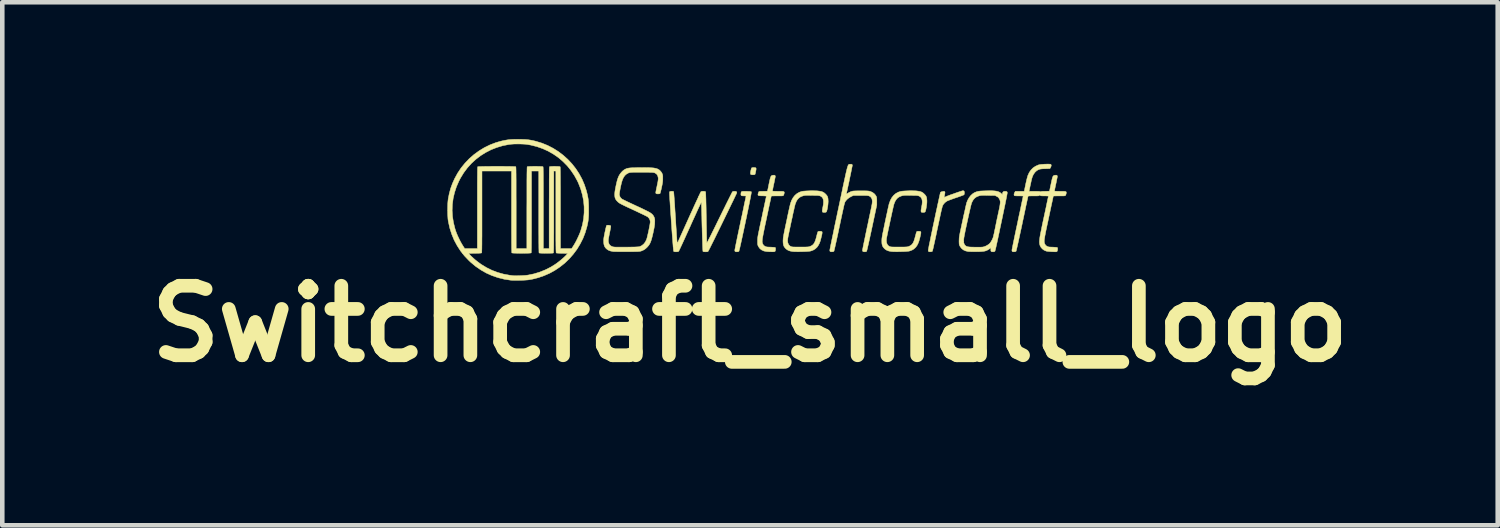
<source format=kicad_pcb>
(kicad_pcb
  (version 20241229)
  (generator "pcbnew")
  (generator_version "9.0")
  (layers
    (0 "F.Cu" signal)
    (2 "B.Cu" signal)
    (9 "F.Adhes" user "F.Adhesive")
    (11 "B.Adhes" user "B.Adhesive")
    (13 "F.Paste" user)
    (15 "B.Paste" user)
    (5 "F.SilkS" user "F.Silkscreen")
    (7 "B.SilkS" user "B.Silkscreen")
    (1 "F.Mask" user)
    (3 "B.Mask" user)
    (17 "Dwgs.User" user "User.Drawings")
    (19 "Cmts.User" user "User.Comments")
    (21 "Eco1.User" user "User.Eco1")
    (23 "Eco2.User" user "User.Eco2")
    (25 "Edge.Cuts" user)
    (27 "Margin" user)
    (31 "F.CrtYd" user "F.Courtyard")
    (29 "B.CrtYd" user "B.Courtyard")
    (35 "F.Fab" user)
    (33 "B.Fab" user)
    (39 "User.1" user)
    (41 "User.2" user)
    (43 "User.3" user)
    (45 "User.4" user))
  (footprint "Switchcraft_small_logo"
    (layer "F.Cu")
    (at 13.647 1.551)
    (property "Reference" "Switchcraft_small_logo" (at -0.25 2.5 0) (layer "F.SilkS") (effects (font (size 1.524 1.524) (thickness 0.3))))
    (attr through_hole)
    (fp_poly (pts (xy -0.144 -0.926) (xy -0.128 -0.923) (xy -0.119 -0.915) (xy -0.116 -0.9) (xy -0.118 -0.877) (xy -0.124 -0.846) (xy -0.129 -0.819) (xy -0.135 -0.796) (xy -0.139 -0.781) (xy -0.141 -0.776) (xy -0.151 -0.772) (xy -0.169 -0.769) (xy -0.191 -0.768) (xy -0.212 -0.77) (xy -0.228 -0.773) (xy -0.234 -0.776) (xy -0.239 -0.788) (xy -0.241 -0.801) (xy -0.24 -0.818) (xy -0.236 -0.842) (xy -0.231 -0.868) (xy -0.225 -0.891) (xy -0.219 -0.91) (xy -0.215 -0.919) (xy -0.204 -0.924) (xy -0.182 -0.927) (xy -0.168 -0.927) (xy -0.144 -0.926)) (stroke (width 0.01) (type solid)) (fill yes) (layer "F.SilkS"))
    (fp_poly (pts (xy -0.347 -0.405) (xy -0.328 -0.405) (xy -0.29 -0.404) (xy -0.261 -0.403) (xy -0.242 -0.401) (xy -0.23 -0.399) (xy -0.223 -0.396) (xy -0.22 -0.393) (xy -0.22 -0.385) (xy -0.223 -0.366) (xy -0.228 -0.336) (xy -0.235 -0.297) (xy -0.244 -0.25) (xy -0.255 -0.196) (xy -0.267 -0.134) (xy -0.281 -0.068) (xy -0.295 0.003) (xy -0.311 0.077) (xy -0.326 0.153) (xy -0.343 0.231) (xy -0.359 0.309) (xy -0.376 0.387) (xy -0.392 0.463) (xy -0.408 0.536) (xy -0.423 0.606) (xy -0.437 0.67) (xy -0.45 0.73) (xy -0.462 0.782) (xy -0.472 0.827) (xy -0.481 0.863) (xy -0.488 0.89) (xy -0.492 0.906) (xy -0.494 0.91) (xy -0.506 0.916) (xy -0.526 0.92) (xy -0.548 0.921) (xy -0.567 0.918) (xy -0.577 0.913) (xy -0.582 0.902) (xy -0.584 0.886) (xy -0.583 0.877) (xy -0.579 0.856) (xy -0.573 0.825) (xy -0.565 0.784) (xy -0.555 0.734) (xy -0.543 0.677) (xy -0.53 0.612) (xy -0.515 0.541) (xy -0.499 0.465) (xy -0.482 0.385) (xy -0.464 0.301) (xy -0.46 0.283) (xy -0.443 0.199) (xy -0.425 0.119) (xy -0.409 0.043) (xy -0.394 -0.028) (xy -0.381 -0.093) (xy -0.369 -0.15) (xy -0.358 -0.2) (xy -0.349 -0.24) (xy -0.343 -0.272) (xy -0.339 -0.292) (xy -0.337 -0.302) (xy -0.337 -0.302) (xy -0.342 -0.303) (xy -0.358 -0.304) (xy -0.38 -0.305) (xy -0.387 -0.305) (xy -0.416 -0.306) (xy -0.436 -0.309) (xy -0.446 -0.318) (xy -0.45 -0.332) (xy -0.45 -0.354) (xy -0.449 -0.355) (xy -0.447 -0.374) (xy -0.444 -0.387) (xy -0.438 -0.396) (xy -0.427 -0.402) (xy -0.409 -0.405) (xy -0.383 -0.406) (xy -0.347 -0.405)) (stroke (width 0.01) (type solid)) (fill yes) (layer "F.SilkS"))
    (fp_poly (pts (xy 4.436 -0.416) (xy 4.446 -0.406) (xy 4.451 -0.386) (xy 4.451 -0.371) (xy 4.449 -0.347) (xy 4.443 -0.332) (xy 4.44 -0.329) (xy 4.431 -0.324) (xy 4.412 -0.317) (xy 4.384 -0.306) (xy 4.35 -0.294) (xy 4.309 -0.279) (xy 4.265 -0.265) (xy 4.264 -0.264) (xy 4.219 -0.249) (xy 4.176 -0.233) (xy 4.137 -0.219) (xy 4.105 -0.207) (xy 4.081 -0.197) (xy 4.067 -0.19) (xy 4.024 -0.159) (xy 3.99 -0.12) (xy 3.973 -0.089) (xy 3.968 -0.075) (xy 3.961 -0.048) (xy 3.951 -0.009) (xy 3.939 0.042) (xy 3.925 0.106) (xy 3.909 0.181) (xy 3.89 0.268) (xy 3.869 0.367) (xy 3.857 0.422) (xy 3.839 0.509) (xy 3.822 0.59) (xy 3.806 0.663) (xy 3.792 0.727) (xy 3.779 0.784) (xy 3.769 0.83) (xy 3.76 0.867) (xy 3.753 0.893) (xy 3.749 0.907) (xy 3.748 0.91) (xy 3.735 0.916) (xy 3.716 0.92) (xy 3.694 0.921) (xy 3.675 0.918) (xy 3.665 0.913) (xy 3.66 0.902) (xy 3.658 0.886) (xy 3.659 0.877) (xy 3.663 0.856) (xy 3.669 0.825) (xy 3.676 0.785) (xy 3.686 0.736) (xy 3.698 0.681) (xy 3.71 0.619) (xy 3.724 0.552) (xy 3.739 0.481) (xy 3.754 0.407) (xy 3.77 0.331) (xy 3.787 0.254) (xy 3.803 0.177) (xy 3.819 0.101) (xy 3.835 0.027) (xy 3.851 -0.045) (xy 3.865 -0.112) (xy 3.879 -0.174) (xy 3.891 -0.23) (xy 3.902 -0.279) (xy 3.911 -0.32) (xy 3.918 -0.352) (xy 3.924 -0.374) (xy 3.927 -0.385) (xy 3.927 -0.386) (xy 3.937 -0.391) (xy 3.955 -0.398) (xy 3.971 -0.401) (xy 3.992 -0.405) (xy 4.005 -0.406) (xy 4.013 -0.402) (xy 4.018 -0.398) (xy 4.023 -0.392) (xy 4.025 -0.385) (xy 4.025 -0.373) (xy 4.022 -0.355) (xy 4.018 -0.332) (xy 4.013 -0.307) (xy 4.01 -0.288) (xy 4.009 -0.276) (xy 4.01 -0.275) (xy 4.016 -0.276) (xy 4.03 -0.282) (xy 4.04 -0.286) (xy 4.055 -0.293) (xy 4.079 -0.303) (xy 4.111 -0.315) (xy 4.148 -0.329) (xy 4.189 -0.343) (xy 4.231 -0.358) (xy 4.273 -0.373) (xy 4.314 -0.387) (xy 4.35 -0.399) (xy 4.381 -0.409) (xy 4.404 -0.416) (xy 4.418 -0.419) (xy 4.42 -0.419) (xy 4.436 -0.416)) (stroke (width 0.01) (type solid)) (fill yes) (layer "F.SilkS"))
    (fp_poly (pts (xy 0.298 -0.753) (xy 0.305 -0.738) (xy 0.305 -0.734) (xy 0.304 -0.724) (xy 0.3 -0.703) (xy 0.294 -0.674) (xy 0.287 -0.638) (xy 0.279 -0.598) (xy 0.273 -0.571) (xy 0.264 -0.529) (xy 0.256 -0.491) (xy 0.25 -0.458) (xy 0.245 -0.434) (xy 0.242 -0.418) (xy 0.241 -0.414) (xy 0.244 -0.411) (xy 0.254 -0.409) (xy 0.272 -0.408) (xy 0.299 -0.407) (xy 0.336 -0.406) (xy 0.364 -0.406) (xy 0.41 -0.406) (xy 0.445 -0.406) (xy 0.47 -0.404) (xy 0.486 -0.401) (xy 0.496 -0.395) (xy 0.501 -0.387) (xy 0.501 -0.377) (xy 0.499 -0.362) (xy 0.499 -0.36) (xy 0.494 -0.34) (xy 0.487 -0.322) (xy 0.485 -0.319) (xy 0.482 -0.314) (xy 0.477 -0.311) (xy 0.47 -0.308) (xy 0.458 -0.306) (xy 0.44 -0.305) (xy 0.414 -0.305) (xy 0.378 -0.305) (xy 0.346 -0.305) (xy 0.307 -0.305) (xy 0.272 -0.304) (xy 0.245 -0.304) (xy 0.225 -0.303) (xy 0.216 -0.302) (xy 0.216 -0.302) (xy 0.215 -0.296) (xy 0.211 -0.278) (xy 0.205 -0.249) (xy 0.197 -0.211) (xy 0.187 -0.165) (xy 0.175 -0.111) (xy 0.162 -0.05) (xy 0.148 0.016) (xy 0.133 0.087) (xy 0.117 0.161) (xy 0.117 0.163) (xy 0.097 0.257) (xy 0.079 0.339) (xy 0.064 0.411) (xy 0.052 0.472) (xy 0.041 0.525) (xy 0.033 0.57) (xy 0.026 0.607) (xy 0.021 0.638) (xy 0.019 0.663) (xy 0.017 0.684) (xy 0.017 0.701) (xy 0.019 0.715) (xy 0.022 0.727) (xy 0.025 0.738) (xy 0.03 0.749) (xy 0.032 0.753) (xy 0.047 0.776) (xy 0.066 0.792) (xy 0.079 0.8) (xy 0.093 0.806) (xy 0.106 0.811) (xy 0.122 0.814) (xy 0.142 0.816) (xy 0.17 0.817) (xy 0.203 0.818) (xy 0.241 0.82) (xy 0.271 0.822) (xy 0.293 0.824) (xy 0.304 0.827) (xy 0.304 0.827) (xy 0.309 0.838) (xy 0.31 0.856) (xy 0.309 0.878) (xy 0.305 0.897) (xy 0.299 0.911) (xy 0.299 0.911) (xy 0.293 0.915) (xy 0.282 0.918) (xy 0.263 0.92) (xy 0.236 0.92) (xy 0.22 0.92) (xy 0.186 0.919) (xy 0.151 0.918) (xy 0.121 0.915) (xy 0.107 0.914) (xy 0.053 0.903) (xy 0.006 0.881) (xy -0.032 0.852) (xy -0.061 0.813) (xy -0.068 0.801) (xy -0.075 0.786) (xy -0.08 0.772) (xy -0.083 0.757) (xy -0.085 0.738) (xy -0.085 0.711) (xy -0.085 0.683) (xy -0.085 0.667) (xy -0.085 0.652) (xy -0.084 0.637) (xy -0.083 0.622) (xy -0.081 0.605) (xy -0.078 0.585) (xy -0.074 0.561) (xy -0.069 0.533) (xy -0.062 0.498) (xy -0.053 0.457) (xy -0.043 0.408) (xy -0.031 0.35) (xy -0.016 0.282) (xy 0.001 0.204) (xy 0.012 0.153) (xy 0.027 0.079) (xy 0.042 0.01) (xy 0.056 -0.056) (xy 0.069 -0.115) (xy 0.08 -0.168) (xy 0.09 -0.214) (xy 0.098 -0.25) (xy 0.104 -0.278) (xy 0.107 -0.294) (xy 0.108 -0.299) (xy 0.102 -0.301) (xy 0.086 -0.303) (xy 0.061 -0.305) (xy 0.031 -0.306) (xy 0.021 -0.306) (xy -0.017 -0.307) (xy -0.045 -0.309) (xy -0.063 -0.313) (xy -0.073 -0.32) (xy -0.076 -0.33) (xy -0.075 -0.344) (xy -0.071 -0.36) (xy -0.065 -0.379) (xy -0.059 -0.394) (xy -0.056 -0.398) (xy -0.049 -0.402) (xy -0.034 -0.404) (xy -0.009 -0.406) (xy 0.026 -0.406) (xy 0.042 -0.406) (xy 0.074 -0.407) (xy 0.102 -0.407) (xy 0.122 -0.409) (xy 0.132 -0.41) (xy 0.133 -0.411) (xy 0.135 -0.418) (xy 0.138 -0.436) (xy 0.144 -0.463) (xy 0.151 -0.497) (xy 0.159 -0.537) (xy 0.166 -0.571) (xy 0.177 -0.623) (xy 0.186 -0.664) (xy 0.194 -0.696) (xy 0.202 -0.719) (xy 0.21 -0.735) (xy 0.218 -0.746) (xy 0.229 -0.752) (xy 0.241 -0.756) (xy 0.257 -0.759) (xy 0.257 -0.759) (xy 0.283 -0.76) (xy 0.298 -0.753)) (stroke (width 0.01) (type solid)) (fill yes) (layer "F.SilkS"))
    (fp_poly (pts (xy 1.988 -0.994) (xy 1.994 -0.979) (xy 1.994 -0.976) (xy 1.993 -0.968) (xy 1.989 -0.949) (xy 1.983 -0.92) (xy 1.976 -0.884) (xy 1.967 -0.84) (xy 1.957 -0.791) (xy 1.946 -0.738) (xy 1.934 -0.683) (xy 1.923 -0.626) (xy 1.911 -0.57) (xy 1.899 -0.516) (xy 1.888 -0.464) (xy 1.878 -0.418) (xy 1.869 -0.377) (xy 1.867 -0.367) (xy 1.865 -0.354) (xy 1.865 -0.348) (xy 1.87 -0.349) (xy 1.882 -0.356) (xy 1.902 -0.369) (xy 1.922 -0.38) (xy 1.948 -0.393) (xy 1.969 -0.401) (xy 1.982 -0.405) (xy 1.994 -0.409) (xy 2.008 -0.411) (xy 2.024 -0.413) (xy 2.046 -0.414) (xy 2.074 -0.415) (xy 2.11 -0.416) (xy 2.157 -0.416) (xy 2.178 -0.416) (xy 2.229 -0.416) (xy 2.27 -0.416) (xy 2.301 -0.415) (xy 2.326 -0.414) (xy 2.345 -0.412) (xy 2.36 -0.41) (xy 2.374 -0.407) (xy 2.389 -0.403) (xy 2.392 -0.402) (xy 2.436 -0.382) (xy 2.475 -0.353) (xy 2.505 -0.318) (xy 2.515 -0.3) (xy 2.522 -0.286) (xy 2.526 -0.272) (xy 2.528 -0.256) (xy 2.53 -0.234) (xy 2.53 -0.203) (xy 2.53 -0.187) (xy 2.53 -0.105) (xy 2.423 0.397) (xy 2.404 0.485) (xy 2.386 0.567) (xy 2.37 0.642) (xy 2.355 0.709) (xy 2.342 0.768) (xy 2.33 0.817) (xy 2.321 0.857) (xy 2.314 0.886) (xy 2.309 0.904) (xy 2.306 0.91) (xy 2.294 0.917) (xy 2.273 0.921) (xy 2.264 0.921) (xy 2.239 0.919) (xy 2.224 0.912) (xy 2.217 0.899) (xy 2.216 0.886) (xy 2.217 0.877) (xy 2.221 0.856) (xy 2.227 0.825) (xy 2.235 0.784) (xy 2.245 0.735) (xy 2.257 0.679) (xy 2.27 0.616) (xy 2.284 0.548) (xy 2.299 0.476) (xy 2.315 0.4) (xy 2.317 0.39) (xy 2.334 0.313) (xy 2.349 0.239) (xy 2.364 0.168) (xy 2.378 0.103) (xy 2.391 0.043) (xy 2.402 -0.01) (xy 2.411 -0.054) (xy 2.418 -0.09) (xy 2.423 -0.115) (xy 2.426 -0.129) (xy 2.426 -0.129) (xy 2.431 -0.181) (xy 2.427 -0.224) (xy 2.413 -0.26) (xy 2.391 -0.286) (xy 2.37 -0.299) (xy 2.361 -0.304) (xy 2.351 -0.307) (xy 2.34 -0.31) (xy 2.326 -0.312) (xy 2.307 -0.313) (xy 2.281 -0.314) (xy 2.247 -0.314) (xy 2.203 -0.314) (xy 2.178 -0.314) (xy 2.016 -0.314) (xy 1.967 -0.291) (xy 1.922 -0.265) (xy 1.882 -0.233) (xy 1.85 -0.198) (xy 1.834 -0.173) (xy 1.83 -0.165) (xy 1.826 -0.151) (xy 1.82 -0.132) (xy 1.813 -0.106) (xy 1.805 -0.072) (xy 1.796 -0.031) (xy 1.785 0.019) (xy 1.772 0.078) (xy 1.757 0.147) (xy 1.74 0.227) (xy 1.721 0.318) (xy 1.708 0.378) (xy 1.689 0.469) (xy 1.671 0.554) (xy 1.654 0.631) (xy 1.639 0.7) (xy 1.625 0.76) (xy 1.614 0.811) (xy 1.604 0.852) (xy 1.597 0.883) (xy 1.592 0.902) (xy 1.589 0.91) (xy 1.576 0.916) (xy 1.557 0.92) (xy 1.535 0.921) (xy 1.516 0.918) (xy 1.506 0.913) (xy 1.501 0.902) (xy 1.499 0.886) (xy 1.5 0.878) (xy 1.504 0.858) (xy 1.51 0.827) (xy 1.518 0.785) (xy 1.529 0.734) (xy 1.541 0.674) (xy 1.555 0.606) (xy 1.571 0.531) (xy 1.588 0.448) (xy 1.606 0.36) (xy 1.626 0.266) (xy 1.647 0.167) (xy 1.668 0.065) (xy 1.691 -0.041) (xy 1.693 -0.051) (xy 1.72 -0.177) (xy 1.744 -0.292) (xy 1.766 -0.396) (xy 1.785 -0.489) (xy 1.803 -0.572) (xy 1.819 -0.645) (xy 1.833 -0.709) (xy 1.845 -0.765) (xy 1.856 -0.814) (xy 1.866 -0.855) (xy 1.874 -0.889) (xy 1.882 -0.918) (xy 1.889 -0.941) (xy 1.895 -0.959) (xy 1.9 -0.973) (xy 1.906 -0.983) (xy 1.911 -0.99) (xy 1.916 -0.995) (xy 1.921 -0.998) (xy 1.926 -0.999) (xy 1.932 -0.999) (xy 1.939 -1) (xy 1.946 -1) (xy 1.946 -1) (xy 1.972 -1.001) (xy 1.988 -0.994)) (stroke (width 0.01) (type solid)) (fill yes) (layer "F.SilkS"))
    (fp_poly (pts (xy 1.176 -0.417) (xy 1.216 -0.416) (xy 1.238 -0.414) (xy 1.283 -0.408) (xy 1.319 -0.401) (xy 1.347 -0.39) (xy 1.372 -0.376) (xy 1.396 -0.356) (xy 1.407 -0.346) (xy 1.429 -0.322) (xy 1.445 -0.299) (xy 1.455 -0.273) (xy 1.461 -0.242) (xy 1.463 -0.204) (xy 1.464 -0.181) (xy 1.462 -0.149) (xy 1.459 -0.113) (xy 1.454 -0.076) (xy 1.448 -0.039) (xy 1.441 -0.005) (xy 1.434 0.022) (xy 1.427 0.041) (xy 1.424 0.046) (xy 1.411 0.053) (xy 1.392 0.057) (xy 1.37 0.057) (xy 1.351 0.054) (xy 1.341 0.05) (xy 1.336 0.04) (xy 1.334 0.024) (xy 1.336 -0.000006) (xy 1.341 -0.033) (xy 1.347 -0.061) (xy 1.358 -0.122) (xy 1.361 -0.174) (xy 1.358 -0.216) (xy 1.347 -0.251) (xy 1.328 -0.277) (xy 1.302 -0.297) (xy 1.299 -0.298) (xy 1.289 -0.303) (xy 1.279 -0.307) (xy 1.268 -0.31) (xy 1.254 -0.312) (xy 1.235 -0.314) (xy 1.209 -0.315) (xy 1.175 -0.315) (xy 1.131 -0.316) (xy 1.109 -0.316) (xy 1.059 -0.317) (xy 1.02 -0.317) (xy 0.99 -0.317) (xy 0.967 -0.316) (xy 0.948 -0.314) (xy 0.933 -0.312) (xy 0.919 -0.308) (xy 0.909 -0.305) (xy 0.862 -0.287) (xy 0.824 -0.262) (xy 0.792 -0.229) (xy 0.766 -0.187) (xy 0.745 -0.134) (xy 0.737 -0.111) (xy 0.734 -0.096) (xy 0.727 -0.07) (xy 0.719 -0.035) (xy 0.71 0.008) (xy 0.698 0.058) (xy 0.686 0.113) (xy 0.674 0.172) (xy 0.66 0.233) (xy 0.647 0.294) (xy 0.634 0.355) (xy 0.622 0.413) (xy 0.61 0.468) (xy 0.6 0.518) (xy 0.591 0.56) (xy 0.584 0.595) (xy 0.58 0.62) (xy 0.578 0.631) (xy 0.574 0.681) (xy 0.58 0.724) (xy 0.595 0.76) (xy 0.619 0.788) (xy 0.64 0.801) (xy 0.649 0.805) (xy 0.658 0.809) (xy 0.668 0.811) (xy 0.681 0.813) (xy 0.699 0.815) (xy 0.723 0.815) (xy 0.755 0.816) (xy 0.796 0.816) (xy 0.849 0.816) (xy 0.851 0.816) (xy 0.904 0.816) (xy 0.946 0.816) (xy 0.978 0.815) (xy 1.003 0.814) (xy 1.022 0.813) (xy 1.036 0.811) (xy 1.048 0.809) (xy 1.059 0.805) (xy 1.069 0.801) (xy 1.099 0.787) (xy 1.124 0.77) (xy 1.145 0.748) (xy 1.163 0.72) (xy 1.179 0.684) (xy 1.194 0.639) (xy 1.209 0.583) (xy 1.211 0.575) (xy 1.219 0.543) (xy 1.227 0.515) (xy 1.234 0.493) (xy 1.238 0.48) (xy 1.24 0.478) (xy 1.25 0.473) (xy 1.269 0.47) (xy 1.291 0.47) (xy 1.311 0.473) (xy 1.325 0.477) (xy 1.327 0.479) (xy 1.331 0.486) (xy 1.332 0.496) (xy 1.331 0.511) (xy 1.328 0.532) (xy 1.322 0.562) (xy 1.312 0.601) (xy 1.307 0.622) (xy 1.29 0.686) (xy 1.27 0.738) (xy 1.247 0.781) (xy 1.221 0.818) (xy 1.207 0.832) (xy 1.174 0.861) (xy 1.139 0.882) (xy 1.099 0.898) (xy 1.076 0.905) (xy 1.057 0.908) (xy 1.028 0.911) (xy 0.99 0.914) (xy 0.947 0.916) (xy 0.9 0.917) (xy 0.852 0.918) (xy 0.805 0.919) (xy 0.761 0.918) (xy 0.723 0.917) (xy 0.692 0.915) (xy 0.682 0.914) (xy 0.629 0.904) (xy 0.585 0.888) (xy 0.548 0.864) (xy 0.53 0.848) (xy 0.508 0.823) (xy 0.492 0.797) (xy 0.482 0.768) (xy 0.476 0.732) (xy 0.474 0.687) (xy 0.474 0.676) (xy 0.475 0.66) (xy 0.476 0.644) (xy 0.477 0.627) (xy 0.479 0.607) (xy 0.483 0.584) (xy 0.488 0.556) (xy 0.494 0.522) (xy 0.502 0.481) (xy 0.512 0.432) (xy 0.524 0.374) (xy 0.539 0.305) (xy 0.549 0.258) (xy 0.563 0.192) (xy 0.576 0.128) (xy 0.589 0.068) (xy 0.601 0.013) (xy 0.612 -0.035) (xy 0.621 -0.076) (xy 0.629 -0.108) (xy 0.634 -0.129) (xy 0.636 -0.136) (xy 0.661 -0.207) (xy 0.695 -0.268) (xy 0.735 -0.318) (xy 0.782 -0.358) (xy 0.835 -0.387) (xy 0.883 -0.403) (xy 0.908 -0.408) (xy 0.943 -0.411) (xy 0.985 -0.414) (xy 1.032 -0.416) (xy 1.081 -0.418) (xy 1.13 -0.418) (xy 1.176 -0.417)) (stroke (width 0.01) (type solid)) (fill yes) (layer "F.SilkS"))
    (fp_poly (pts (xy 3.341 -0.417) (xy 3.382 -0.416) (xy 3.404 -0.414) (xy 3.449 -0.408) (xy 3.484 -0.401) (xy 3.513 -0.39) (xy 3.538 -0.376) (xy 3.562 -0.356) (xy 3.572 -0.346) (xy 3.595 -0.322) (xy 3.61 -0.299) (xy 3.621 -0.273) (xy 3.626 -0.242) (xy 3.629 -0.204) (xy 3.629 -0.181) (xy 3.628 -0.149) (xy 3.624 -0.113) (xy 3.619 -0.076) (xy 3.613 -0.039) (xy 3.606 -0.005) (xy 3.599 0.022) (xy 3.592 0.041) (xy 3.589 0.046) (xy 3.577 0.053) (xy 3.557 0.057) (xy 3.535 0.057) (xy 3.516 0.054) (xy 3.506 0.05) (xy 3.501 0.04) (xy 3.499 0.024) (xy 3.501 -0.000006) (xy 3.507 -0.033) (xy 3.512 -0.061) (xy 3.523 -0.122) (xy 3.527 -0.174) (xy 3.523 -0.216) (xy 3.512 -0.251) (xy 3.494 -0.277) (xy 3.467 -0.297) (xy 3.464 -0.298) (xy 3.454 -0.303) (xy 3.444 -0.307) (xy 3.433 -0.31) (xy 3.419 -0.312) (xy 3.4 -0.314) (xy 3.375 -0.315) (xy 3.341 -0.315) (xy 3.297 -0.316) (xy 3.275 -0.316) (xy 3.225 -0.317) (xy 3.185 -0.317) (xy 3.155 -0.317) (xy 3.132 -0.316) (xy 3.114 -0.314) (xy 3.098 -0.312) (xy 3.085 -0.308) (xy 3.074 -0.305) (xy 3.028 -0.287) (xy 2.989 -0.262) (xy 2.958 -0.229) (xy 2.932 -0.187) (xy 2.91 -0.134) (xy 2.903 -0.111) (xy 2.899 -0.096) (xy 2.893 -0.07) (xy 2.885 -0.035) (xy 2.875 0.008) (xy 2.864 0.058) (xy 2.852 0.113) (xy 2.839 0.172) (xy 2.826 0.233) (xy 2.813 0.294) (xy 2.8 0.355) (xy 2.787 0.413) (xy 2.776 0.468) (xy 2.765 0.518) (xy 2.757 0.56) (xy 2.75 0.595) (xy 2.745 0.62) (xy 2.743 0.631) (xy 2.74 0.681) (xy 2.746 0.724) (xy 2.76 0.76) (xy 2.784 0.788) (xy 2.805 0.801) (xy 2.814 0.805) (xy 2.823 0.809) (xy 2.833 0.811) (xy 2.847 0.813) (xy 2.865 0.815) (xy 2.889 0.815) (xy 2.92 0.816) (xy 2.962 0.816) (xy 3.014 0.816) (xy 3.016 0.816) (xy 3.069 0.816) (xy 3.111 0.816) (xy 3.143 0.815) (xy 3.168 0.814) (xy 3.187 0.813) (xy 3.201 0.811) (xy 3.213 0.809) (xy 3.224 0.805) (xy 3.235 0.801) (xy 3.264 0.787) (xy 3.289 0.77) (xy 3.31 0.748) (xy 3.328 0.72) (xy 3.344 0.684) (xy 3.359 0.639) (xy 3.374 0.583) (xy 3.376 0.575) (xy 3.385 0.543) (xy 3.392 0.515) (xy 3.399 0.493) (xy 3.404 0.48) (xy 3.405 0.478) (xy 3.416 0.473) (xy 3.434 0.47) (xy 3.456 0.47) (xy 3.476 0.473) (xy 3.49 0.477) (xy 3.493 0.479) (xy 3.496 0.486) (xy 3.497 0.496) (xy 3.497 0.511) (xy 3.493 0.532) (xy 3.487 0.562) (xy 3.478 0.601) (xy 3.473 0.622) (xy 3.455 0.686) (xy 3.435 0.738) (xy 3.413 0.781) (xy 3.386 0.818) (xy 3.373 0.832) (xy 3.34 0.861) (xy 3.305 0.882) (xy 3.264 0.898) (xy 3.242 0.905) (xy 3.223 0.908) (xy 3.193 0.911) (xy 3.156 0.914) (xy 3.112 0.916) (xy 3.066 0.917) (xy 3.017 0.918) (xy 2.97 0.919) (xy 2.926 0.918) (xy 2.888 0.917) (xy 2.858 0.915) (xy 2.847 0.914) (xy 2.794 0.904) (xy 2.75 0.888) (xy 2.713 0.864) (xy 2.695 0.848) (xy 2.673 0.823) (xy 2.657 0.797) (xy 2.647 0.768) (xy 2.641 0.732) (xy 2.64 0.687) (xy 2.64 0.676) (xy 2.64 0.66) (xy 2.641 0.644) (xy 2.642 0.627) (xy 2.645 0.607) (xy 2.648 0.584) (xy 2.653 0.556) (xy 2.659 0.522) (xy 2.668 0.481) (xy 2.678 0.432) (xy 2.69 0.374) (xy 2.704 0.305) (xy 2.714 0.258) (xy 2.728 0.192) (xy 2.742 0.128) (xy 2.755 0.068) (xy 2.767 0.013) (xy 2.777 -0.035) (xy 2.787 -0.076) (xy 2.794 -0.108) (xy 2.799 -0.129) (xy 2.801 -0.136) (xy 2.827 -0.207) (xy 2.86 -0.268) (xy 2.9 -0.318) (xy 2.947 -0.358) (xy 3 -0.387) (xy 3.049 -0.403) (xy 3.073 -0.408) (xy 3.108 -0.411) (xy 3.15 -0.414) (xy 3.197 -0.416) (xy 3.247 -0.418) (xy 3.296 -0.418) (xy 3.341 -0.417)) (stroke (width 0.01) (type solid)) (fill yes) (layer "F.SilkS"))
    (fp_poly (pts (xy 5.058 -0.418) (xy 5.107 -0.415) (xy 5.149 -0.41) (xy 5.183 -0.402) (xy 5.211 -0.391) (xy 5.235 -0.378) (xy 5.256 -0.361) (xy 5.259 -0.358) (xy 5.282 -0.336) (xy 5.286 -0.36) (xy 5.293 -0.384) (xy 5.306 -0.399) (xy 5.326 -0.405) (xy 5.343 -0.406) (xy 5.368 -0.404) (xy 5.383 -0.398) (xy 5.39 -0.385) (xy 5.391 -0.372) (xy 5.39 -0.362) (xy 5.386 -0.341) (xy 5.381 -0.31) (xy 5.373 -0.27) (xy 5.364 -0.224) (xy 5.353 -0.172) (xy 5.342 -0.115) (xy 5.331 -0.064) (xy 5.303 0.069) (xy 5.278 0.19) (xy 5.255 0.299) (xy 5.234 0.397) (xy 5.216 0.485) (xy 5.199 0.563) (xy 5.185 0.632) (xy 5.172 0.691) (xy 5.161 0.742) (xy 5.151 0.786) (xy 5.143 0.822) (xy 5.136 0.851) (xy 5.131 0.873) (xy 5.126 0.89) (xy 5.123 0.901) (xy 5.12 0.908) (xy 5.119 0.91) (xy 5.107 0.917) (xy 5.087 0.921) (xy 5.077 0.921) (xy 5.052 0.919) (xy 5.037 0.912) (xy 5.031 0.898) (xy 5.03 0.875) (xy 5.031 0.867) (xy 5.035 0.833) (xy 4.994 0.861) (xy 4.969 0.877) (xy 4.945 0.889) (xy 4.921 0.899) (xy 4.895 0.906) (xy 4.864 0.911) (xy 4.826 0.915) (xy 4.78 0.917) (xy 4.723 0.918) (xy 4.721 0.918) (xy 4.676 0.918) (xy 4.633 0.918) (xy 4.594 0.917) (xy 4.561 0.916) (xy 4.537 0.915) (xy 4.531 0.914) (xy 4.476 0.901) (xy 4.428 0.879) (xy 4.389 0.847) (xy 4.359 0.808) (xy 4.352 0.795) (xy 4.344 0.779) (xy 4.339 0.765) (xy 4.336 0.75) (xy 4.335 0.731) (xy 4.334 0.705) (xy 4.334 0.676) (xy 4.334 0.67) (xy 4.436 0.67) (xy 4.436 0.7) (xy 4.438 0.722) (xy 4.443 0.738) (xy 4.449 0.753) (xy 4.46 0.771) (xy 4.473 0.785) (xy 4.488 0.796) (xy 4.508 0.805) (xy 4.533 0.811) (xy 4.566 0.815) (xy 4.608 0.817) (xy 4.66 0.818) (xy 4.701 0.819) (xy 4.75 0.819) (xy 4.788 0.819) (xy 4.817 0.818) (xy 4.839 0.817) (xy 4.856 0.815) (xy 4.871 0.812) (xy 4.884 0.808) (xy 4.891 0.806) (xy 4.925 0.792) (xy 4.959 0.773) (xy 4.99 0.752) (xy 5.008 0.735) (xy 5.026 0.713) (xy 5.044 0.683) (xy 5.062 0.65) (xy 5.076 0.617) (xy 5.08 0.607) (xy 5.085 0.59) (xy 5.091 0.562) (xy 5.1 0.527) (xy 5.108 0.486) (xy 5.117 0.442) (xy 5.122 0.422) (xy 5.131 0.377) (xy 5.142 0.323) (xy 5.154 0.263) (xy 5.167 0.2) (xy 5.181 0.138) (xy 5.193 0.078) (xy 5.195 0.07) (xy 5.209 0.007) (xy 5.22 -0.045) (xy 5.228 -0.088) (xy 5.233 -0.122) (xy 5.236 -0.15) (xy 5.237 -0.173) (xy 5.235 -0.192) (xy 5.231 -0.208) (xy 5.225 -0.224) (xy 5.217 -0.24) (xy 5.215 -0.243) (xy 5.201 -0.265) (xy 5.185 -0.28) (xy 5.161 -0.294) (xy 5.159 -0.295) (xy 5.122 -0.314) (xy 4.967 -0.316) (xy 4.917 -0.317) (xy 4.878 -0.317) (xy 4.848 -0.317) (xy 4.825 -0.316) (xy 4.807 -0.314) (xy 4.792 -0.311) (xy 4.778 -0.308) (xy 4.769 -0.305) (xy 4.72 -0.286) (xy 4.68 -0.258) (xy 4.647 -0.222) (xy 4.621 -0.176) (xy 4.607 -0.143) (xy 4.603 -0.128) (xy 4.596 -0.103) (xy 4.587 -0.067) (xy 4.577 -0.023) (xy 4.565 0.028) (xy 4.552 0.085) (xy 4.538 0.147) (xy 4.524 0.212) (xy 4.514 0.257) (xy 4.497 0.336) (xy 4.482 0.403) (xy 4.47 0.459) (xy 4.461 0.507) (xy 4.453 0.547) (xy 4.447 0.579) (xy 4.442 0.606) (xy 4.439 0.628) (xy 4.437 0.646) (xy 4.436 0.661) (xy 4.436 0.67) (xy 4.334 0.67) (xy 4.335 0.658) (xy 4.335 0.642) (xy 4.336 0.626) (xy 4.337 0.609) (xy 4.34 0.59) (xy 4.343 0.568) (xy 4.348 0.542) (xy 4.354 0.509) (xy 4.362 0.471) (xy 4.372 0.424) (xy 4.384 0.368) (xy 4.398 0.302) (xy 4.412 0.238) (xy 4.426 0.172) (xy 4.44 0.108) (xy 4.454 0.048) (xy 4.466 -0.006) (xy 4.476 -0.054) (xy 4.485 -0.093) (xy 4.493 -0.124) (xy 4.497 -0.145) (xy 4.499 -0.152) (xy 4.522 -0.21) (xy 4.552 -0.264) (xy 4.588 -0.311) (xy 4.63 -0.35) (xy 4.666 -0.374) (xy 4.69 -0.385) (xy 4.714 -0.395) (xy 4.74 -0.402) (xy 4.77 -0.408) (xy 4.805 -0.412) (xy 4.848 -0.414) (xy 4.901 -0.416) (xy 4.928 -0.417) (xy 4.998 -0.418) (xy 5.058 -0.418)) (stroke (width 0.01) (type solid)) (fill yes) (layer "F.SilkS"))
    (fp_poly (pts (xy -1.249 -0.405) (xy -1.232 -0.401) (xy -1.226 -0.397) (xy -1.224 -0.392) (xy -1.223 -0.378) (xy -1.222 -0.357) (xy -1.22 -0.326) (xy -1.219 -0.286) (xy -1.217 -0.236) (xy -1.216 -0.176) (xy -1.214 -0.105) (xy -1.212 -0.023) (xy -1.211 0.071) (xy -1.209 0.15) (xy -1.208 0.233) (xy -1.207 0.311) (xy -1.205 0.386) (xy -1.204 0.456) (xy -1.203 0.519) (xy -1.202 0.575) (xy -1.201 0.623) (xy -1.2 0.662) (xy -1.199 0.691) (xy -1.199 0.709) (xy -1.199 0.714) (xy -1.198 0.717) (xy -1.196 0.718) (xy -1.193 0.715) (xy -1.188 0.709) (xy -1.181 0.697) (xy -1.172 0.681) (xy -1.161 0.659) (xy -1.146 0.631) (xy -1.128 0.596) (xy -1.106 0.553) (xy -1.081 0.502) (xy -1.051 0.442) (xy -1.017 0.373) (xy -0.978 0.293) (xy -0.934 0.203) (xy -0.921 0.177) (xy -0.882 0.098) (xy -0.845 0.022) (xy -0.809 -0.05) (xy -0.776 -0.118) (xy -0.745 -0.18) (xy -0.717 -0.236) (xy -0.693 -0.284) (xy -0.672 -0.325) (xy -0.656 -0.358) (xy -0.644 -0.38) (xy -0.638 -0.393) (xy -0.636 -0.395) (xy -0.625 -0.402) (xy -0.607 -0.406) (xy -0.591 -0.406) (xy -0.565 -0.405) (xy -0.549 -0.399) (xy -0.541 -0.387) (xy -0.54 -0.375) (xy -0.542 -0.368) (xy -0.55 -0.35) (xy -0.563 -0.323) (xy -0.58 -0.287) (xy -0.601 -0.243) (xy -0.625 -0.193) (xy -0.653 -0.136) (xy -0.683 -0.074) (xy -0.715 -0.008) (xy -0.749 0.062) (xy -0.784 0.134) (xy -0.82 0.208) (xy -0.856 0.282) (xy -0.892 0.356) (xy -0.928 0.429) (xy -0.963 0.5) (xy -0.996 0.568) (xy -1.028 0.633) (xy -1.058 0.693) (xy -1.085 0.747) (xy -1.109 0.795) (xy -1.129 0.836) (xy -1.146 0.868) (xy -1.158 0.891) (xy -1.165 0.905) (xy -1.166 0.906) (xy -1.172 0.914) (xy -1.18 0.918) (xy -1.194 0.92) (xy -1.217 0.921) (xy -1.225 0.921) (xy -1.256 0.92) (xy -1.276 0.916) (xy -1.282 0.913) (xy -1.283 0.904) (xy -1.285 0.884) (xy -1.287 0.85) (xy -1.289 0.805) (xy -1.291 0.747) (xy -1.293 0.677) (xy -1.296 0.595) (xy -1.299 0.5) (xy -1.301 0.394) (xy -1.302 0.387) (xy -1.304 0.307) (xy -1.306 0.229) (xy -1.307 0.156) (xy -1.309 0.088) (xy -1.311 0.027) (xy -1.312 -0.027) (xy -1.314 -0.073) (xy -1.315 -0.11) (xy -1.315 -0.137) (xy -1.316 -0.152) (xy -1.316 -0.155) (xy -1.317 -0.158) (xy -1.319 -0.158) (xy -1.323 -0.153) (xy -1.328 -0.144) (xy -1.336 -0.13) (xy -1.346 -0.11) (xy -1.358 -0.084) (xy -1.374 -0.051) (xy -1.393 -0.01) (xy -1.416 0.04) (xy -1.442 0.098) (xy -1.473 0.166) (xy -1.509 0.244) (xy -1.549 0.333) (xy -1.561 0.361) (xy -1.597 0.439) (xy -1.631 0.514) (xy -1.663 0.585) (xy -1.693 0.651) (xy -1.721 0.712) (xy -1.746 0.766) (xy -1.768 0.813) (xy -1.786 0.852) (xy -1.8 0.881) (xy -1.81 0.901) (xy -1.815 0.91) (xy -1.816 0.911) (xy -1.829 0.917) (xy -1.849 0.92) (xy -1.873 0.921) (xy -1.897 0.92) (xy -1.915 0.916) (xy -1.924 0.911) (xy -1.926 0.904) (xy -1.928 0.887) (xy -1.931 0.859) (xy -1.935 0.821) (xy -1.937 0.797) (xy -1.861 0.797) (xy -1.857 0.8) (xy -1.854 0.797) (xy -1.857 0.794) (xy -1.861 0.797) (xy -1.937 0.797) (xy -1.939 0.771) (xy -1.944 0.71) (xy -1.949 0.638) (xy -1.956 0.554) (xy -1.963 0.458) (xy -1.97 0.35) (xy -1.977 0.258) (xy -1.984 0.15) (xy -1.991 0.055) (xy -1.996 -0.029) (xy -2.001 -0.102) (xy -2.005 -0.166) (xy -2.009 -0.22) (xy -2.011 -0.265) (xy -2.013 -0.303) (xy -2.015 -0.333) (xy -2.015 -0.356) (xy -2.016 -0.373) (xy -2.015 -0.386) (xy -2.014 -0.393) (xy -2.013 -0.397) (xy -2.002 -0.402) (xy -1.983 -0.406) (xy -1.962 -0.407) (xy -1.941 -0.405) (xy -1.928 -0.4) (xy -1.925 -0.398) (xy -1.924 -0.391) (xy -1.922 -0.372) (xy -1.919 -0.341) (xy -1.916 -0.3) (xy -1.912 -0.25) (xy -1.908 -0.192) (xy -1.903 -0.125) (xy -1.899 -0.051) (xy -1.894 0.028) (xy -1.888 0.113) (xy -1.886 0.143) (xy -1.881 0.225) (xy -1.877 0.303) (xy -1.872 0.378) (xy -1.867 0.448) (xy -1.863 0.511) (xy -1.86 0.567) (xy -1.856 0.615) (xy -1.854 0.655) (xy -1.851 0.684) (xy -1.85 0.701) (xy -1.849 0.706) (xy -1.845 0.737) (xy -1.591 0.174) (xy -1.555 0.094) (xy -1.52 0.018) (xy -1.487 -0.055) (xy -1.456 -0.123) (xy -1.427 -0.185) (xy -1.401 -0.241) (xy -1.38 -0.286) (xy -1.302 -0.286) (xy -1.299 -0.281) (xy -1.298 -0.282) (xy -1.297 -0.289) (xy -1.298 -0.29) (xy -1.301 -0.289) (xy -1.302 -0.286) (xy -1.38 -0.286) (xy -1.379 -0.289) (xy -1.36 -0.33) (xy -1.345 -0.362) (xy -1.334 -0.384) (xy -1.328 -0.396) (xy -1.327 -0.397) (xy -1.314 -0.403) (xy -1.294 -0.406) (xy -1.271 -0.407) (xy -1.249 -0.405)) (stroke (width 0.01) (type solid)) (fill yes) (layer "F.SilkS"))
    (fp_poly (pts (xy -2.528 -0.926) (xy -2.467 -0.925) (xy -2.416 -0.922) (xy -2.372 -0.919) (xy -2.335 -0.913) (xy -2.305 -0.906) (xy -2.279 -0.897) (xy -2.257 -0.885) (xy -2.237 -0.872) (xy -2.227 -0.863) (xy -2.206 -0.841) (xy -2.187 -0.815) (xy -2.18 -0.801) (xy -2.173 -0.785) (xy -2.168 -0.771) (xy -2.165 -0.756) (xy -2.163 -0.737) (xy -2.163 -0.71) (xy -2.163 -0.686) (xy -2.163 -0.655) (xy -2.165 -0.627) (xy -2.168 -0.6) (xy -2.173 -0.57) (xy -2.18 -0.534) (xy -2.189 -0.49) (xy -2.19 -0.486) (xy -2.198 -0.449) (xy -2.207 -0.415) (xy -2.214 -0.387) (xy -2.22 -0.367) (xy -2.223 -0.358) (xy -2.223 -0.358) (xy -2.234 -0.353) (xy -2.252 -0.35) (xy -2.274 -0.349) (xy -2.294 -0.351) (xy -2.308 -0.355) (xy -2.31 -0.357) (xy -2.314 -0.362) (xy -2.316 -0.369) (xy -2.317 -0.379) (xy -2.315 -0.395) (xy -2.311 -0.418) (xy -2.305 -0.449) (xy -2.296 -0.492) (xy -2.295 -0.495) (xy -2.284 -0.549) (xy -2.275 -0.592) (xy -2.269 -0.626) (xy -2.265 -0.653) (xy -2.263 -0.674) (xy -2.263 -0.692) (xy -2.265 -0.708) (xy -2.267 -0.721) (xy -2.28 -0.759) (xy -2.303 -0.788) (xy -2.336 -0.808) (xy -2.342 -0.811) (xy -2.35 -0.814) (xy -2.36 -0.816) (xy -2.372 -0.818) (xy -2.389 -0.819) (xy -2.41 -0.821) (xy -2.438 -0.821) (xy -2.473 -0.822) (xy -2.518 -0.822) (xy -2.573 -0.822) (xy -2.626 -0.822) (xy -2.689 -0.822) (xy -2.741 -0.822) (xy -2.783 -0.822) (xy -2.817 -0.822) (xy -2.843 -0.821) (xy -2.863 -0.82) (xy -2.878 -0.818) (xy -2.89 -0.816) (xy -2.899 -0.814) (xy -2.909 -0.811) (xy -2.917 -0.807) (xy -2.959 -0.784) (xy -2.995 -0.752) (xy -3.025 -0.709) (xy -3.049 -0.656) (xy -3.066 -0.6) (xy -3.078 -0.551) (xy -3.089 -0.502) (xy -3.098 -0.455) (xy -3.106 -0.413) (xy -3.112 -0.376) (xy -3.115 -0.348) (xy -3.115 -0.33) (xy -3.115 -0.327) (xy -3.103 -0.289) (xy -3.081 -0.257) (xy -3.057 -0.236) (xy -3.045 -0.229) (xy -3.024 -0.219) (xy -2.994 -0.204) (xy -2.955 -0.185) (xy -2.911 -0.164) (xy -2.86 -0.14) (xy -2.806 -0.115) (xy -2.749 -0.088) (xy -2.744 -0.086) (xy -2.672 -0.053) (xy -2.611 -0.024) (xy -2.56 0.001) (xy -2.517 0.022) (xy -2.481 0.04) (xy -2.453 0.056) (xy -2.43 0.07) (xy -2.411 0.084) (xy -2.397 0.096) (xy -2.385 0.108) (xy -2.375 0.121) (xy -2.368 0.132) (xy -2.354 0.157) (xy -2.345 0.182) (xy -2.339 0.209) (xy -2.338 0.242) (xy -2.339 0.283) (xy -2.341 0.319) (xy -2.347 0.36) (xy -2.355 0.408) (xy -2.367 0.465) (xy -2.371 0.486) (xy -2.386 0.552) (xy -2.4 0.608) (xy -2.413 0.655) (xy -2.426 0.693) (xy -2.439 0.725) (xy -2.454 0.753) (xy -2.47 0.778) (xy -2.489 0.801) (xy -2.504 0.818) (xy -2.539 0.851) (xy -2.572 0.875) (xy -2.609 0.893) (xy -2.637 0.904) (xy -2.647 0.907) (xy -2.658 0.909) (xy -2.67 0.912) (xy -2.686 0.913) (xy -2.705 0.915) (xy -2.73 0.916) (xy -2.762 0.917) (xy -2.802 0.917) (xy -2.852 0.918) (xy -2.912 0.918) (xy -2.943 0.918) (xy -3.002 0.918) (xy -3.059 0.918) (xy -3.111 0.918) (xy -3.159 0.917) (xy -3.198 0.917) (xy -3.23 0.916) (xy -3.25 0.915) (xy -3.255 0.914) (xy -3.311 0.903) (xy -3.357 0.885) (xy -3.394 0.859) (xy -3.401 0.853) (xy -3.425 0.827) (xy -3.441 0.799) (xy -3.452 0.767) (xy -3.458 0.728) (xy -3.459 0.702) (xy -3.46 0.679) (xy -3.46 0.659) (xy -3.458 0.638) (xy -3.455 0.613) (xy -3.45 0.584) (xy -3.443 0.547) (xy -3.434 0.5) (xy -3.433 0.496) (xy -3.424 0.455) (xy -3.416 0.417) (xy -3.408 0.386) (xy -3.402 0.362) (xy -3.398 0.348) (xy -3.396 0.345) (xy -3.385 0.339) (xy -3.366 0.337) (xy -3.344 0.338) (xy -3.323 0.342) (xy -3.309 0.348) (xy -3.306 0.351) (xy -3.304 0.358) (xy -3.304 0.372) (xy -3.307 0.394) (xy -3.313 0.425) (xy -3.32 0.462) (xy -3.332 0.519) (xy -3.341 0.566) (xy -3.348 0.603) (xy -3.353 0.633) (xy -3.356 0.657) (xy -3.357 0.676) (xy -3.356 0.693) (xy -3.354 0.708) (xy -3.353 0.714) (xy -3.34 0.752) (xy -3.317 0.78) (xy -3.285 0.801) (xy -3.263 0.809) (xy -3.252 0.812) (xy -3.24 0.814) (xy -3.225 0.816) (xy -3.206 0.817) (xy -3.18 0.818) (xy -3.148 0.818) (xy -3.108 0.818) (xy -3.058 0.818) (xy -2.997 0.818) (xy -2.961 0.818) (xy -2.885 0.817) (xy -2.821 0.816) (xy -2.769 0.815) (xy -2.729 0.813) (xy -2.699 0.811) (xy -2.68 0.809) (xy -2.673 0.808) (xy -2.624 0.785) (xy -2.582 0.751) (xy -2.548 0.708) (xy -2.522 0.656) (xy -2.516 0.641) (xy -2.509 0.617) (xy -2.501 0.585) (xy -2.492 0.546) (xy -2.482 0.503) (xy -2.472 0.458) (xy -2.463 0.412) (xy -2.455 0.369) (xy -2.447 0.33) (xy -2.442 0.298) (xy -2.439 0.275) (xy -2.438 0.266) (xy -2.444 0.225) (xy -2.462 0.188) (xy -2.489 0.159) (xy -2.492 0.156) (xy -2.503 0.149) (xy -2.524 0.138) (xy -2.554 0.123) (xy -2.592 0.104) (xy -2.637 0.083) (xy -2.687 0.059) (xy -2.741 0.033) (xy -2.797 0.007) (xy -2.865 -0.025) (xy -2.923 -0.051) (xy -2.971 -0.074) (xy -3.011 -0.093) (xy -3.043 -0.109) (xy -3.069 -0.122) (xy -3.09 -0.133) (xy -3.107 -0.143) (xy -3.121 -0.152) (xy -3.132 -0.161) (xy -3.143 -0.169) (xy -3.153 -0.179) (xy -3.154 -0.18) (xy -3.179 -0.206) (xy -3.197 -0.233) (xy -3.21 -0.264) (xy -3.216 -0.299) (xy -3.218 -0.341) (xy -3.214 -0.391) (xy -3.205 -0.45) (xy -3.198 -0.486) (xy -3.186 -0.545) (xy -3.175 -0.594) (xy -3.165 -0.635) (xy -3.155 -0.669) (xy -3.145 -0.698) (xy -3.134 -0.725) (xy -3.127 -0.741) (xy -3.105 -0.779) (xy -3.076 -0.817) (xy -3.045 -0.85) (xy -3.012 -0.876) (xy -2.999 -0.884) (xy -2.98 -0.894) (xy -2.963 -0.902) (xy -2.944 -0.908) (xy -2.923 -0.913) (xy -2.899 -0.917) (xy -2.869 -0.92) (xy -2.832 -0.922) (xy -2.787 -0.923) (xy -2.731 -0.925) (xy -2.683 -0.925) (xy -2.6 -0.926) (xy -2.528 -0.926)) (stroke (width 0.01) (type solid)) (fill yes) (layer "F.SilkS"))
    (fp_poly (pts (xy 6.309 -1.002) (xy 6.332 -1.001) (xy 6.345 -0.998) (xy 6.347 -0.997) (xy 6.355 -0.982) (xy 6.354 -0.961) (xy 6.344 -0.935) (xy 6.342 -0.93) (xy 6.327 -0.905) (xy 6.223 -0.901) (xy 6.182 -0.9) (xy 6.151 -0.898) (xy 6.127 -0.895) (xy 6.108 -0.892) (xy 6.092 -0.887) (xy 6.08 -0.883) (xy 6.04 -0.861) (xy 6.003 -0.828) (xy 5.973 -0.788) (xy 5.958 -0.762) (xy 5.95 -0.744) (xy 5.943 -0.727) (xy 5.937 -0.71) (xy 5.931 -0.691) (xy 5.925 -0.668) (xy 5.918 -0.639) (xy 5.91 -0.601) (xy 5.9 -0.554) (xy 5.896 -0.538) (xy 5.869 -0.406) (xy 5.987 -0.406) (xy 6.035 -0.406) (xy 6.07 -0.405) (xy 6.095 -0.403) (xy 6.109 -0.401) (xy 6.114 -0.399) (xy 6.122 -0.394) (xy 6.129 -0.399) (xy 6.138 -0.402) (xy 6.159 -0.405) (xy 6.191 -0.406) (xy 6.227 -0.406) (xy 6.26 -0.407) (xy 6.287 -0.408) (xy 6.307 -0.409) (xy 6.317 -0.41) (xy 6.318 -0.411) (xy 6.319 -0.418) (xy 6.323 -0.436) (xy 6.328 -0.463) (xy 6.335 -0.497) (xy 6.344 -0.537) (xy 6.351 -0.571) (xy 6.362 -0.623) (xy 6.371 -0.664) (xy 6.379 -0.696) (xy 6.387 -0.719) (xy 6.394 -0.735) (xy 6.403 -0.746) (xy 6.414 -0.752) (xy 6.426 -0.756) (xy 6.442 -0.759) (xy 6.442 -0.759) (xy 6.467 -0.76) (xy 6.483 -0.753) (xy 6.489 -0.738) (xy 6.49 -0.734) (xy 6.488 -0.724) (xy 6.485 -0.703) (xy 6.479 -0.674) (xy 6.472 -0.638) (xy 6.464 -0.598) (xy 6.458 -0.571) (xy 6.449 -0.529) (xy 6.441 -0.491) (xy 6.434 -0.458) (xy 6.43 -0.434) (xy 6.427 -0.418) (xy 6.426 -0.414) (xy 6.429 -0.411) (xy 6.439 -0.409) (xy 6.457 -0.408) (xy 6.484 -0.407) (xy 6.521 -0.406) (xy 6.549 -0.406) (xy 6.595 -0.406) (xy 6.63 -0.406) (xy 6.655 -0.404) (xy 6.671 -0.401) (xy 6.681 -0.395) (xy 6.685 -0.387) (xy 6.686 -0.377) (xy 6.684 -0.362) (xy 6.684 -0.36) (xy 6.679 -0.34) (xy 6.672 -0.322) (xy 6.67 -0.319) (xy 6.667 -0.314) (xy 6.662 -0.311) (xy 6.655 -0.308) (xy 6.643 -0.306) (xy 6.625 -0.305) (xy 6.599 -0.305) (xy 6.563 -0.305) (xy 6.531 -0.305) (xy 6.492 -0.305) (xy 6.457 -0.304) (xy 6.43 -0.304) (xy 6.41 -0.303) (xy 6.401 -0.302) (xy 6.401 -0.302) (xy 6.4 -0.296) (xy 6.396 -0.278) (xy 6.39 -0.249) (xy 6.382 -0.211) (xy 6.372 -0.165) (xy 6.36 -0.111) (xy 6.347 -0.05) (xy 6.333 0.016) (xy 6.318 0.087) (xy 6.302 0.161) (xy 6.302 0.163) (xy 6.282 0.257) (xy 6.264 0.339) (xy 6.249 0.411) (xy 6.236 0.472) (xy 6.226 0.525) (xy 6.217 0.57) (xy 6.211 0.607) (xy 6.206 0.638) (xy 6.203 0.663) (xy 6.202 0.684) (xy 6.202 0.701) (xy 6.204 0.715) (xy 6.206 0.727) (xy 6.21 0.738) (xy 6.215 0.749) (xy 6.217 0.753) (xy 6.232 0.776) (xy 6.251 0.792) (xy 6.264 0.8) (xy 6.278 0.806) (xy 6.291 0.811) (xy 6.306 0.814) (xy 6.327 0.816) (xy 6.355 0.817) (xy 6.388 0.818) (xy 6.426 0.82) (xy 6.456 0.822) (xy 6.478 0.824) (xy 6.488 0.827) (xy 6.489 0.827) (xy 6.494 0.838) (xy 6.495 0.857) (xy 6.494 0.878) (xy 6.489 0.898) (xy 6.483 0.912) (xy 6.483 0.912) (xy 6.478 0.916) (xy 6.471 0.919) (xy 6.459 0.92) (xy 6.441 0.921) (xy 6.414 0.92) (xy 6.376 0.919) (xy 6.375 0.919) (xy 6.331 0.916) (xy 6.292 0.913) (xy 6.262 0.909) (xy 6.244 0.905) (xy 6.198 0.885) (xy 6.159 0.856) (xy 6.128 0.82) (xy 6.107 0.778) (xy 6.102 0.757) (xy 6.099 0.742) (xy 6.097 0.726) (xy 6.096 0.708) (xy 6.096 0.689) (xy 6.098 0.666) (xy 6.101 0.64) (xy 6.105 0.608) (xy 6.111 0.571) (xy 6.119 0.526) (xy 6.13 0.474) (xy 6.142 0.414) (xy 6.156 0.344) (xy 6.173 0.264) (xy 6.193 0.172) (xy 6.197 0.153) (xy 6.213 0.079) (xy 6.228 0.01) (xy 6.242 -0.056) (xy 6.254 -0.115) (xy 6.265 -0.168) (xy 6.275 -0.214) (xy 6.283 -0.251) (xy 6.289 -0.278) (xy 6.292 -0.294) (xy 6.293 -0.3) (xy 6.287 -0.301) (xy 6.271 -0.303) (xy 6.246 -0.304) (xy 6.216 -0.305) (xy 6.207 -0.305) (xy 6.173 -0.305) (xy 6.148 -0.306) (xy 6.132 -0.307) (xy 6.122 -0.31) (xy 6.116 -0.314) (xy 6.114 -0.317) (xy 6.107 -0.326) (xy 6.102 -0.324) (xy 6.097 -0.317) (xy 6.094 -0.313) (xy 6.088 -0.31) (xy 6.079 -0.307) (xy 6.064 -0.306) (xy 6.042 -0.305) (xy 6.011 -0.305) (xy 5.969 -0.305) (xy 5.927 -0.305) (xy 5.896 -0.304) (xy 5.874 -0.304) (xy 5.86 -0.302) (xy 5.852 -0.3) (xy 5.847 -0.297) (xy 5.846 -0.294) (xy 5.844 -0.286) (xy 5.84 -0.267) (xy 5.834 -0.237) (xy 5.825 -0.197) (xy 5.815 -0.148) (xy 5.802 -0.092) (xy 5.789 -0.028) (xy 5.774 0.042) (xy 5.758 0.118) (xy 5.741 0.198) (xy 5.723 0.282) (xy 5.718 0.308) (xy 5.697 0.406) (xy 5.677 0.497) (xy 5.659 0.58) (xy 5.643 0.656) (xy 5.628 0.723) (xy 5.615 0.78) (xy 5.604 0.828) (xy 5.595 0.865) (xy 5.589 0.892) (xy 5.584 0.907) (xy 5.583 0.91) (xy 5.571 0.916) (xy 5.551 0.92) (xy 5.529 0.921) (xy 5.51 0.918) (xy 5.5 0.913) (xy 5.495 0.902) (xy 5.493 0.886) (xy 5.494 0.877) (xy 5.498 0.856) (xy 5.504 0.825) (xy 5.512 0.784) (xy 5.522 0.734) (xy 5.534 0.677) (xy 5.547 0.612) (xy 5.562 0.541) (xy 5.578 0.465) (xy 5.595 0.385) (xy 5.613 0.301) (xy 5.617 0.283) (xy 5.634 0.199) (xy 5.651 0.119) (xy 5.668 0.043) (xy 5.683 -0.028) (xy 5.696 -0.093) (xy 5.708 -0.15) (xy 5.719 -0.2) (xy 5.728 -0.24) (xy 5.734 -0.272) (xy 5.738 -0.292) (xy 5.74 -0.302) (xy 5.74 -0.302) (xy 5.734 -0.303) (xy 5.718 -0.304) (xy 5.693 -0.304) (xy 5.662 -0.305) (xy 5.646 -0.305) (xy 5.608 -0.305) (xy 5.58 -0.306) (xy 5.562 -0.307) (xy 5.55 -0.31) (xy 5.544 -0.314) (xy 5.544 -0.314) (xy 5.539 -0.329) (xy 5.541 -0.35) (xy 5.55 -0.375) (xy 5.556 -0.386) (xy 5.569 -0.406) (xy 5.763 -0.406) (xy 5.793 -0.554) (xy 5.803 -0.599) (xy 5.813 -0.643) (xy 5.823 -0.684) (xy 5.833 -0.719) (xy 5.84 -0.746) (xy 5.843 -0.753) (xy 5.872 -0.817) (xy 5.91 -0.872) (xy 5.956 -0.919) (xy 6.009 -0.955) (xy 6.068 -0.982) (xy 6.088 -0.988) (xy 6.109 -0.992) (xy 6.137 -0.996) (xy 6.171 -0.998) (xy 6.208 -1.001) (xy 6.244 -1.002) (xy 6.279 -1.003) (xy 6.309 -1.002)) (stroke (width 0.01) (type solid)) (fill yes) (layer "F.SilkS"))
    (fp_poly (pts (xy -5.266 -1.545) (xy -5.209 -1.544) (xy -5.158 -1.541) (xy -5.111 -1.536) (xy -5.066 -1.529) (xy -5.018 -1.52) (xy -4.966 -1.508) (xy -4.943 -1.502) (xy -4.812 -1.462) (xy -4.687 -1.411) (xy -4.567 -1.349) (xy -4.454 -1.278) (xy -4.347 -1.197) (xy -4.247 -1.107) (xy -4.155 -1.009) (xy -4.072 -0.904) (xy -3.998 -0.791) (xy -3.934 -0.673) (xy -3.881 -0.549) (xy -3.839 -0.421) (xy -3.827 -0.374) (xy -3.815 -0.324) (xy -3.806 -0.279) (xy -3.799 -0.238) (xy -3.794 -0.196) (xy -3.791 -0.151) (xy -3.789 -0.101) (xy -3.788 -0.043) (xy -3.788 0) (xy -3.788 0.065) (xy -3.789 0.12) (xy -3.792 0.168) (xy -3.796 0.211) (xy -3.801 0.252) (xy -3.809 0.295) (xy -3.819 0.341) (xy -3.827 0.374) (xy -3.865 0.503) (xy -3.914 0.629) (xy -3.975 0.749) (xy -4.045 0.865) (xy -4.126 0.973) (xy -4.215 1.075) (xy -4.313 1.169) (xy -4.419 1.253) (xy -4.532 1.329) (xy -4.645 1.391) (xy -4.769 1.445) (xy -4.893 1.488) (xy -5.019 1.52) (xy -5.096 1.534) (xy -5.129 1.538) (xy -5.171 1.541) (xy -5.22 1.544) (xy -5.274 1.546) (xy -5.328 1.547) (xy -5.381 1.547) (xy -5.43 1.547) (xy -5.471 1.545) (xy -5.501 1.543) (xy -5.642 1.521) (xy -5.778 1.487) (xy -5.909 1.442) (xy -6.034 1.386) (xy -6.153 1.318) (xy -6.268 1.239) (xy -6.377 1.148) (xy -6.416 1.111) (xy -6.512 1.01) (xy -6.555 0.956) (xy -6.42 0.956) (xy -6.388 0.992) (xy -6.358 1.023) (xy -6.32 1.058) (xy -6.277 1.096) (xy -6.231 1.133) (xy -6.184 1.168) (xy -6.141 1.199) (xy -6.139 1.2) (xy -6.025 1.269) (xy -5.907 1.327) (xy -5.785 1.373) (xy -5.657 1.409) (xy -5.522 1.434) (xy -5.445 1.444) (xy -5.421 1.445) (xy -5.387 1.446) (xy -5.345 1.445) (xy -5.3 1.444) (xy -5.254 1.442) (xy -5.209 1.44) (xy -5.169 1.437) (xy -5.137 1.433) (xy -5.124 1.432) (xy -4.992 1.405) (xy -4.862 1.366) (xy -4.736 1.315) (xy -4.614 1.253) (xy -4.529 1.2) (xy -4.486 1.17) (xy -4.44 1.135) (xy -4.394 1.098) (xy -4.35 1.06) (xy -4.312 1.025) (xy -4.281 0.994) (xy -4.28 0.992) (xy -4.248 0.956) (xy -4.37 0.954) (xy -4.416 0.953) (xy -4.454 0.951) (xy -4.481 0.949) (xy -4.497 0.947) (xy -4.5 0.945) (xy -4.501 0.942) (xy -4.502 0.936) (xy -4.503 0.924) (xy -4.504 0.908) (xy -4.505 0.885) (xy -4.506 0.857) (xy -4.506 0.822) (xy -4.507 0.779) (xy -4.507 0.729) (xy -4.508 0.67) (xy -4.508 0.602) (xy -4.508 0.524) (xy -4.508 0.436) (xy -4.508 0.338) (xy -4.508 0.228) (xy -4.508 0.106) (xy -4.508 0.044) (xy -4.508 -0.851) (xy -4.553 -0.851) (xy -4.553 0.043) (xy -4.553 0.174) (xy -4.553 0.293) (xy -4.553 0.4) (xy -4.553 0.495) (xy -4.554 0.58) (xy -4.554 0.655) (xy -4.554 0.72) (xy -4.555 0.775) (xy -4.555 0.822) (xy -4.556 0.861) (xy -4.557 0.891) (xy -4.558 0.914) (xy -4.558 0.931) (xy -4.559 0.941) (xy -4.561 0.945) (xy -4.561 0.945) (xy -4.568 0.948) (xy -4.583 0.95) (xy -4.608 0.951) (xy -4.643 0.952) (xy -4.69 0.952) (xy -4.718 0.953) (xy -4.771 0.952) (xy -4.812 0.952) (xy -4.842 0.95) (xy -4.862 0.949) (xy -4.873 0.946) (xy -4.876 0.945) (xy -4.877 0.941) (xy -4.878 0.931) (xy -4.879 0.915) (xy -4.879 0.892) (xy -4.88 0.861) (xy -4.881 0.823) (xy -4.881 0.777) (xy -4.882 0.721) (xy -4.882 0.657) (xy -4.882 0.582) (xy -4.883 0.498) (xy -4.883 0.402) (xy -4.883 0.296) (xy -4.883 0.178) (xy -4.883 0.047) (xy -4.883 -0.851) (xy -5.042 -0.851) (xy -5.042 0.043) (xy -5.042 0.174) (xy -5.042 0.293) (xy -5.042 0.4) (xy -5.042 0.495) (xy -5.043 0.58) (xy -5.043 0.655) (xy -5.043 0.72) (xy -5.044 0.775) (xy -5.044 0.822) (xy -5.045 0.861) (xy -5.046 0.891) (xy -5.046 0.914) (xy -5.047 0.931) (xy -5.048 0.941) (xy -5.049 0.945) (xy -5.05 0.945) (xy -5.058 0.947) (xy -5.077 0.949) (xy -5.105 0.951) (xy -5.141 0.952) (xy -5.181 0.952) (xy -5.225 0.953) (xy -5.271 0.953) (xy -5.315 0.953) (xy -5.358 0.952) (xy -5.397 0.951) (xy -5.429 0.95) (xy -5.454 0.948) (xy -5.469 0.946) (xy -5.472 0.945) (xy -5.474 0.941) (xy -5.475 0.931) (xy -5.475 0.915) (xy -5.476 0.892) (xy -5.477 0.861) (xy -5.478 0.823) (xy -5.478 0.777) (xy -5.479 0.721) (xy -5.479 0.657) (xy -5.479 0.582) (xy -5.48 0.498) (xy -5.48 0.402) (xy -5.48 0.296) (xy -5.48 0.178) (xy -5.48 0.047) (xy -5.48 -0.851) (xy -6.128 -0.851) (xy -6.128 0.044) (xy -6.128 0.171) (xy -6.128 0.287) (xy -6.128 0.391) (xy -6.128 0.483) (xy -6.128 0.566) (xy -6.129 0.638) (xy -6.129 0.702) (xy -6.129 0.756) (xy -6.13 0.802) (xy -6.13 0.841) (xy -6.131 0.872) (xy -6.132 0.898) (xy -6.132 0.917) (xy -6.133 0.931) (xy -6.134 0.94) (xy -6.136 0.944) (xy -6.136 0.945) (xy -6.146 0.948) (xy -6.168 0.95) (xy -6.201 0.952) (xy -6.245 0.953) (xy -6.283 0.954) (xy -6.42 0.956) (xy -6.555 0.956) (xy -6.598 0.901) (xy -6.673 0.785) (xy -6.738 0.664) (xy -6.791 0.535) (xy -6.834 0.401) (xy -6.865 0.261) (xy -6.869 0.238) (xy -6.874 0.199) (xy -6.877 0.151) (xy -6.88 0.095) (xy -6.881 0.035) (xy -6.881 0.015) (xy -6.782 0.015) (xy -6.774 0.147) (xy -6.753 0.28) (xy -6.72 0.412) (xy -6.705 0.46) (xy -6.686 0.512) (xy -6.661 0.571) (xy -6.632 0.632) (xy -6.602 0.693) (xy -6.571 0.748) (xy -6.546 0.789) (xy -6.506 0.851) (xy -6.367 0.851) (xy -6.229 0.851) (xy -6.229 -0.043) (xy -6.229 -0.174) (xy -6.229 -0.293) (xy -6.229 -0.4) (xy -6.229 -0.495) (xy -6.229 -0.58) (xy -6.228 -0.655) (xy -6.228 -0.72) (xy -6.227 -0.775) (xy -6.227 -0.822) (xy -6.226 -0.861) (xy -6.226 -0.891) (xy -6.225 -0.914) (xy -6.224 -0.931) (xy -6.223 -0.941) (xy -6.222 -0.945) (xy -6.222 -0.945) (xy -6.214 -0.946) (xy -6.195 -0.948) (xy -6.165 -0.949) (xy -6.127 -0.95) (xy -6.082 -0.951) (xy -6.03 -0.952) (xy -5.973 -0.952) (xy -5.913 -0.953) (xy -5.851 -0.953) (xy -5.787 -0.953) (xy -5.724 -0.953) (xy -5.663 -0.953) (xy -5.604 -0.952) (xy -5.55 -0.952) (xy -5.501 -0.951) (xy -5.459 -0.95) (xy -5.426 -0.949) (xy -5.402 -0.947) (xy -5.388 -0.946) (xy -5.386 -0.945) (xy -5.385 -0.941) (xy -5.384 -0.931) (xy -5.383 -0.915) (xy -5.382 -0.892) (xy -5.381 -0.861) (xy -5.381 -0.823) (xy -5.38 -0.777) (xy -5.38 -0.721) (xy -5.379 -0.657) (xy -5.379 -0.582) (xy -5.379 -0.498) (xy -5.379 -0.402) (xy -5.379 -0.296) (xy -5.378 -0.178) (xy -5.378 -0.047) (xy -5.378 -0.043) (xy -5.378 0.851) (xy -5.144 0.851) (xy -5.144 -0.043) (xy -5.143 -0.174) (xy -5.143 -0.293) (xy -5.143 -0.4) (xy -5.143 -0.495) (xy -5.143 -0.58) (xy -5.143 -0.655) (xy -5.142 -0.72) (xy -5.142 -0.775) (xy -5.141 -0.822) (xy -5.14 -0.861) (xy -5.14 -0.891) (xy -5.139 -0.914) (xy -5.138 -0.931) (xy -5.137 -0.941) (xy -5.136 -0.945) (xy -5.136 -0.945) (xy -5.127 -0.947) (xy -5.108 -0.949) (xy -5.08 -0.951) (xy -5.046 -0.952) (xy -5.007 -0.953) (xy -4.966 -0.953) (xy -4.925 -0.953) (xy -4.886 -0.952) (xy -4.851 -0.951) (xy -4.822 -0.95) (xy -4.801 -0.948) (xy -4.79 -0.945) (xy -4.789 -0.945) (xy -4.788 -0.941) (xy -4.787 -0.931) (xy -4.786 -0.915) (xy -4.785 -0.892) (xy -4.785 -0.861) (xy -4.784 -0.823) (xy -4.783 -0.777) (xy -4.783 -0.721) (xy -4.783 -0.657) (xy -4.782 -0.582) (xy -4.782 -0.498) (xy -4.782 -0.402) (xy -4.782 -0.296) (xy -4.782 -0.178) (xy -4.782 -0.047) (xy -4.782 -0.043) (xy -4.782 0.851) (xy -4.655 0.851) (xy -4.655 -0.043) (xy -4.655 -0.174) (xy -4.654 -0.293) (xy -4.654 -0.4) (xy -4.654 -0.495) (xy -4.654 -0.58) (xy -4.654 -0.655) (xy -4.653 -0.72) (xy -4.653 -0.775) (xy -4.652 -0.822) (xy -4.652 -0.861) (xy -4.651 -0.891) (xy -4.65 -0.914) (xy -4.649 -0.931) (xy -4.648 -0.941) (xy -4.647 -0.945) (xy -4.647 -0.945) (xy -4.638 -0.948) (xy -4.618 -0.95) (xy -4.592 -0.952) (xy -4.56 -0.953) (xy -4.526 -0.953) (xy -4.493 -0.952) (xy -4.462 -0.951) (xy -4.437 -0.95) (xy -4.42 -0.947) (xy -4.415 -0.945) (xy -4.413 -0.941) (xy -4.412 -0.931) (xy -4.411 -0.915) (xy -4.411 -0.892) (xy -4.41 -0.861) (xy -4.409 -0.823) (xy -4.409 -0.777) (xy -4.408 -0.721) (xy -4.408 -0.657) (xy -4.408 -0.582) (xy -4.407 -0.498) (xy -4.407 -0.402) (xy -4.407 -0.296) (xy -4.407 -0.178) (xy -4.407 -0.047) (xy -4.407 -0.043) (xy -4.407 0.851) (xy -4.285 0.851) (xy -4.162 0.851) (xy -4.122 0.789) (xy -4.093 0.741) (xy -4.062 0.685) (xy -4.032 0.624) (xy -4.004 0.563) (xy -3.979 0.504) (xy -3.963 0.46) (xy -3.925 0.329) (xy -3.9 0.197) (xy -3.888 0.065) (xy -3.888 -0.067) (xy -3.9 -0.198) (xy -3.926 -0.329) (xy -3.963 -0.458) (xy -4.013 -0.585) (xy -4.035 -0.632) (xy -4.1 -0.751) (xy -4.175 -0.862) (xy -4.258 -0.965) (xy -4.351 -1.059) (xy -4.451 -1.145) (xy -4.559 -1.22) (xy -4.674 -1.286) (xy -4.795 -1.341) (xy -4.923 -1.386) (xy -5.055 -1.419) (xy -5.131 -1.433) (xy -5.18 -1.439) (xy -5.237 -1.442) (xy -5.3 -1.444) (xy -5.365 -1.444) (xy -5.428 -1.443) (xy -5.486 -1.439) (xy -5.535 -1.433) (xy -5.537 -1.433) (xy -5.673 -1.406) (xy -5.803 -1.367) (xy -5.928 -1.318) (xy -6.047 -1.257) (xy -6.159 -1.187) (xy -6.263 -1.107) (xy -6.36 -1.018) (xy -6.449 -0.919) (xy -6.529 -0.812) (xy -6.599 -0.697) (xy -6.633 -0.632) (xy -6.688 -0.506) (xy -6.73 -0.378) (xy -6.76 -0.249) (xy -6.777 -0.117) (xy -6.782 0.015) (xy -6.881 0.015) (xy -6.881 -0.026) (xy -6.88 -0.087) (xy -6.878 -0.143) (xy -6.874 -0.193) (xy -6.869 -0.233) (xy -6.869 -0.238) (xy -6.845 -0.357) (xy -6.815 -0.469) (xy -6.776 -0.576) (xy -6.728 -0.683) (xy -6.662 -0.804) (xy -6.586 -0.918) (xy -6.5 -1.024) (xy -6.406 -1.122) (xy -6.303 -1.212) (xy -6.193 -1.292) (xy -6.077 -1.363) (xy -5.955 -1.423) (xy -5.828 -1.472) (xy -5.725 -1.502) (xy -5.671 -1.515) (xy -5.622 -1.525) (xy -5.576 -1.533) (xy -5.53 -1.539) (xy -5.481 -1.543) (xy -5.427 -1.545) (xy -5.364 -1.546) (xy -5.334 -1.546) (xy -5.266 -1.545)) (stroke (width 0.01) (type solid)) (fill yes) (layer "F.SilkS")))
  (gr_rect
    (start -3 -3)
    (end 29.793 8.469)
    (stroke (width 0.1) (type default))
    (fill no)
    (layer "Edge.Cuts")))
</source>
